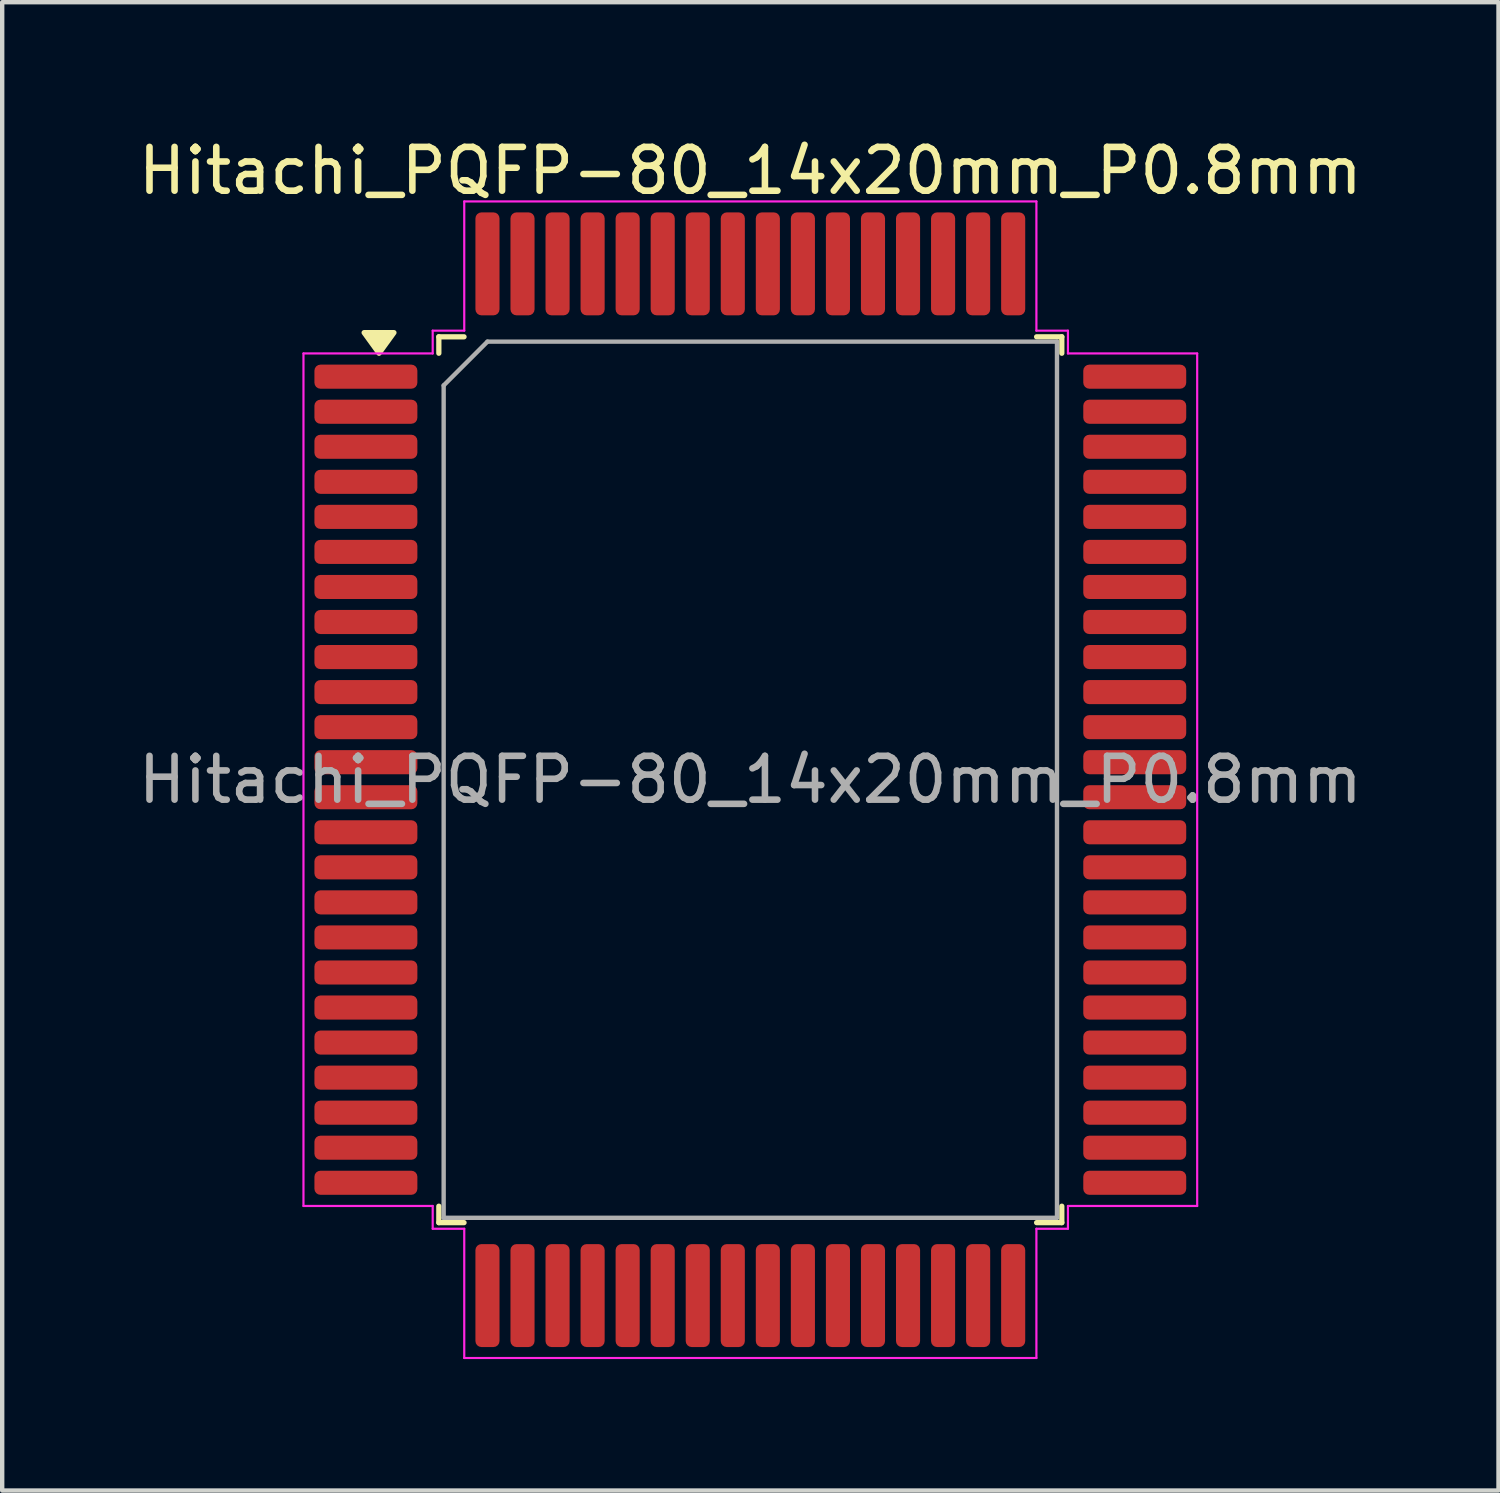
<source format=kicad_pcb>
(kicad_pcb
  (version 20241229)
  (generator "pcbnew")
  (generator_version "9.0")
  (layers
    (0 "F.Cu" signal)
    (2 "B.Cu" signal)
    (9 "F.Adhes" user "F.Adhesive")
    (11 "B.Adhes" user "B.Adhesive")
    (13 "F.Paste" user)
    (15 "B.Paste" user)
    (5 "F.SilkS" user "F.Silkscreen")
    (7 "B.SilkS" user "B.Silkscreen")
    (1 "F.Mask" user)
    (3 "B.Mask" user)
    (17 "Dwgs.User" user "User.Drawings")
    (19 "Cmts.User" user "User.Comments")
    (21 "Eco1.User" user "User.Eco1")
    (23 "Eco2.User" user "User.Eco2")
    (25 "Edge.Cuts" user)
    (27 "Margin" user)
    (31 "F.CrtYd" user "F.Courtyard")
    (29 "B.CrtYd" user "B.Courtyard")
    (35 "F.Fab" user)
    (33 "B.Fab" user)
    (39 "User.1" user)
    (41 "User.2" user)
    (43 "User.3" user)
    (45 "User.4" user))
  (footprint "Hitachi_PQFP-80_14x20mm_P0.8mm"
    (layer "F.Cu")
    (at 14.077 14.748)
    (property "Reference" "Hitachi_PQFP-80_14x20mm_P0.8mm" (at 0 -13.9 0) (layer "F.SilkS") (effects (font (size 1 1) (thickness 0.15))))
    (attr smd)
    (fp_line (start -7.11 -10.11) (end -7.11 -9.735) (stroke (width 0.12) (type solid)) (layer "F.SilkS"))
    (fp_line (start -7.11 10.11) (end -7.11 9.735) (stroke (width 0.12) (type solid)) (layer "F.SilkS"))
    (fp_line (start -6.535 -10.11) (end -7.11 -10.11) (stroke (width 0.12) (type solid)) (layer "F.SilkS"))
    (fp_line (start -6.535 10.11) (end -7.11 10.11) (stroke (width 0.12) (type solid)) (layer "F.SilkS"))
    (fp_line (start 6.535 -10.11) (end 7.11 -10.11) (stroke (width 0.12) (type solid)) (layer "F.SilkS"))
    (fp_line (start 6.535 10.11) (end 7.11 10.11) (stroke (width 0.12) (type solid)) (layer "F.SilkS"))
    (fp_line (start 7.11 -10.11) (end 7.11 -9.735) (stroke (width 0.12) (type solid)) (layer "F.SilkS"))
    (fp_line (start 7.11 10.11) (end 7.11 9.735) (stroke (width 0.12) (type solid)) (layer "F.SilkS"))
    (fp_poly (pts (xy -8.475 -9.735) (xy -8.815 -10.205) (xy -8.135 -10.205)) (stroke (width 0.12) (type solid)) (fill yes) (layer "F.SilkS"))
    (fp_line (start -10.2 -9.73) (end -7.25 -9.73) (stroke (width 0.05) (type solid)) (layer "F.CrtYd"))
    (fp_line (start -10.2 9.73) (end -10.2 -9.73) (stroke (width 0.05) (type solid)) (layer "F.CrtYd"))
    (fp_line (start -7.25 -10.25) (end -6.53 -10.25) (stroke (width 0.05) (type solid)) (layer "F.CrtYd"))
    (fp_line (start -7.25 -9.73) (end -7.25 -10.25) (stroke (width 0.05) (type solid)) (layer "F.CrtYd"))
    (fp_line (start -7.25 9.73) (end -10.2 9.73) (stroke (width 0.05) (type solid)) (layer "F.CrtYd"))
    (fp_line (start -7.25 10.25) (end -7.25 9.73) (stroke (width 0.05) (type solid)) (layer "F.CrtYd"))
    (fp_line (start -6.53 -13.2) (end 6.53 -13.2) (stroke (width 0.05) (type solid)) (layer "F.CrtYd"))
    (fp_line (start -6.53 -10.25) (end -6.53 -13.2) (stroke (width 0.05) (type solid)) (layer "F.CrtYd"))
    (fp_line (start -6.53 10.25) (end -7.25 10.25) (stroke (width 0.05) (type solid)) (layer "F.CrtYd"))
    (fp_line (start -6.53 13.2) (end -6.53 10.25) (stroke (width 0.05) (type solid)) (layer "F.CrtYd"))
    (fp_line (start 6.53 -13.2) (end 6.53 -10.25) (stroke (width 0.05) (type solid)) (layer "F.CrtYd"))
    (fp_line (start 6.53 -10.25) (end 7.25 -10.25) (stroke (width 0.05) (type solid)) (layer "F.CrtYd"))
    (fp_line (start 6.53 10.25) (end 6.53 13.2) (stroke (width 0.05) (type solid)) (layer "F.CrtYd"))
    (fp_line (start 6.53 13.2) (end -6.53 13.2) (stroke (width 0.05) (type solid)) (layer "F.CrtYd"))
    (fp_line (start 7.25 -10.25) (end 7.25 -9.73) (stroke (width 0.05) (type solid)) (layer "F.CrtYd"))
    (fp_line (start 7.25 -9.73) (end 10.2 -9.73) (stroke (width 0.05) (type solid)) (layer "F.CrtYd"))
    (fp_line (start 7.25 9.73) (end 7.25 10.25) (stroke (width 0.05) (type solid)) (layer "F.CrtYd"))
    (fp_line (start 7.25 10.25) (end 6.53 10.25) (stroke (width 0.05) (type solid)) (layer "F.CrtYd"))
    (fp_line (start 10.2 -9.73) (end 10.2 9.73) (stroke (width 0.05) (type solid)) (layer "F.CrtYd"))
    (fp_line (start 10.2 9.73) (end 7.25 9.73) (stroke (width 0.05) (type solid)) (layer "F.CrtYd"))
    (fp_line (start -7 -9) (end -6 -10) (stroke (width 0.1) (type solid)) (layer "F.Fab"))
    (fp_line (start -7 10) (end -7 -9) (stroke (width 0.1) (type solid)) (layer "F.Fab"))
    (fp_line (start -6 -10) (end 7 -10) (stroke (width 0.1) (type solid)) (layer "F.Fab"))
    (fp_line (start 7 -10) (end 7 10) (stroke (width 0.1) (type solid)) (layer "F.Fab"))
    (fp_line (start 7 10) (end -7 10) (stroke (width 0.1) (type solid)) (layer "F.Fab"))
    (fp_text user "${REFERENCE}" (at 0 0 0) (layer "F.Fab") (effects (font (size 1 1) (thickness 0.15))))
    (pad "1" smd roundrect (at -8.775 -9.2) (size 2.35 0.55) (layers "F.Cu" "F.Mask" "F.Paste") (roundrect_rratio 0.25))
    (pad "2" smd roundrect (at -8.775 -8.4) (size 2.35 0.55) (layers "F.Cu" "F.Mask" "F.Paste") (roundrect_rratio 0.25))
    (pad "3" smd roundrect (at -8.775 -7.6) (size 2.35 0.55) (layers "F.Cu" "F.Mask" "F.Paste") (roundrect_rratio 0.25))
    (pad "4" smd roundrect (at -8.775 -6.8) (size 2.35 0.55) (layers "F.Cu" "F.Mask" "F.Paste") (roundrect_rratio 0.25))
    (pad "5" smd roundrect (at -8.775 -6) (size 2.35 0.55) (layers "F.Cu" "F.Mask" "F.Paste") (roundrect_rratio 0.25))
    (pad "6" smd roundrect (at -8.775 -5.2) (size 2.35 0.55) (layers "F.Cu" "F.Mask" "F.Paste") (roundrect_rratio 0.25))
    (pad "7" smd roundrect (at -8.775 -4.4) (size 2.35 0.55) (layers "F.Cu" "F.Mask" "F.Paste") (roundrect_rratio 0.25))
    (pad "8" smd roundrect (at -8.775 -3.6) (size 2.35 0.55) (layers "F.Cu" "F.Mask" "F.Paste") (roundrect_rratio 0.25))
    (pad "9" smd roundrect (at -8.775 -2.8) (size 2.35 0.55) (layers "F.Cu" "F.Mask" "F.Paste") (roundrect_rratio 0.25))
    (pad "10" smd roundrect (at -8.775 -2) (size 2.35 0.55) (layers "F.Cu" "F.Mask" "F.Paste") (roundrect_rratio 0.25))
    (pad "11" smd roundrect (at -8.775 -1.2) (size 2.35 0.55) (layers "F.Cu" "F.Mask" "F.Paste") (roundrect_rratio 0.25))
    (pad "12" smd roundrect (at -8.775 -0.4) (size 2.35 0.55) (layers "F.Cu" "F.Mask" "F.Paste") (roundrect_rratio 0.25))
    (pad "13" smd roundrect (at -8.775 0.4) (size 2.35 0.55) (layers "F.Cu" "F.Mask" "F.Paste") (roundrect_rratio 0.25))
    (pad "14" smd roundrect (at -8.775 1.2) (size 2.35 0.55) (layers "F.Cu" "F.Mask" "F.Paste") (roundrect_rratio 0.25))
    (pad "15" smd roundrect (at -8.775 2) (size 2.35 0.55) (layers "F.Cu" "F.Mask" "F.Paste") (roundrect_rratio 0.25))
    (pad "16" smd roundrect (at -8.775 2.8) (size 2.35 0.55) (layers "F.Cu" "F.Mask" "F.Paste") (roundrect_rratio 0.25))
    (pad "17" smd roundrect (at -8.775 3.6) (size 2.35 0.55) (layers "F.Cu" "F.Mask" "F.Paste") (roundrect_rratio 0.25))
    (pad "18" smd roundrect (at -8.775 4.4) (size 2.35 0.55) (layers "F.Cu" "F.Mask" "F.Paste") (roundrect_rratio 0.25))
    (pad "19" smd roundrect (at -8.775 5.2) (size 2.35 0.55) (layers "F.Cu" "F.Mask" "F.Paste") (roundrect_rratio 0.25))
    (pad "20" smd roundrect (at -8.775 6) (size 2.35 0.55) (layers "F.Cu" "F.Mask" "F.Paste") (roundrect_rratio 0.25))
    (pad "21" smd roundrect (at -8.775 6.8) (size 2.35 0.55) (layers "F.Cu" "F.Mask" "F.Paste") (roundrect_rratio 0.25))
    (pad "22" smd roundrect (at -8.775 7.6) (size 2.35 0.55) (layers "F.Cu" "F.Mask" "F.Paste") (roundrect_rratio 0.25))
    (pad "23" smd roundrect (at -8.775 8.4) (size 2.35 0.55) (layers "F.Cu" "F.Mask" "F.Paste") (roundrect_rratio 0.25))
    (pad "24" smd roundrect (at -8.775 9.2) (size 2.35 0.55) (layers "F.Cu" "F.Mask" "F.Paste") (roundrect_rratio 0.25))
    (pad "25" smd roundrect (at -6 11.775) (size 0.55 2.35) (layers "F.Cu" "F.Mask" "F.Paste") (roundrect_rratio 0.25))
    (pad "26" smd roundrect (at -5.2 11.775) (size 0.55 2.35) (layers "F.Cu" "F.Mask" "F.Paste") (roundrect_rratio 0.25))
    (pad "27" smd roundrect (at -4.4 11.775) (size 0.55 2.35) (layers "F.Cu" "F.Mask" "F.Paste") (roundrect_rratio 0.25))
    (pad "28" smd roundrect (at -3.6 11.775) (size 0.55 2.35) (layers "F.Cu" "F.Mask" "F.Paste") (roundrect_rratio 0.25))
    (pad "29" smd roundrect (at -2.8 11.775) (size 0.55 2.35) (layers "F.Cu" "F.Mask" "F.Paste") (roundrect_rratio 0.25))
    (pad "30" smd roundrect (at -2 11.775) (size 0.55 2.35) (layers "F.Cu" "F.Mask" "F.Paste") (roundrect_rratio 0.25))
    (pad "31" smd roundrect (at -1.2 11.775) (size 0.55 2.35) (layers "F.Cu" "F.Mask" "F.Paste") (roundrect_rratio 0.25))
    (pad "32" smd roundrect (at -0.4 11.775) (size 0.55 2.35) (layers "F.Cu" "F.Mask" "F.Paste") (roundrect_rratio 0.25))
    (pad "33" smd roundrect (at 0.4 11.775) (size 0.55 2.35) (layers "F.Cu" "F.Mask" "F.Paste") (roundrect_rratio 0.25))
    (pad "34" smd roundrect (at 1.2 11.775) (size 0.55 2.35) (layers "F.Cu" "F.Mask" "F.Paste") (roundrect_rratio 0.25))
    (pad "35" smd roundrect (at 2 11.775) (size 0.55 2.35) (layers "F.Cu" "F.Mask" "F.Paste") (roundrect_rratio 0.25))
    (pad "36" smd roundrect (at 2.8 11.775) (size 0.55 2.35) (layers "F.Cu" "F.Mask" "F.Paste") (roundrect_rratio 0.25))
    (pad "37" smd roundrect (at 3.6 11.775) (size 0.55 2.35) (layers "F.Cu" "F.Mask" "F.Paste") (roundrect_rratio 0.25))
    (pad "38" smd roundrect (at 4.4 11.775) (size 0.55 2.35) (layers "F.Cu" "F.Mask" "F.Paste") (roundrect_rratio 0.25))
    (pad "39" smd roundrect (at 5.2 11.775) (size 0.55 2.35) (layers "F.Cu" "F.Mask" "F.Paste") (roundrect_rratio 0.25))
    (pad "40" smd roundrect (at 6 11.775) (size 0.55 2.35) (layers "F.Cu" "F.Mask" "F.Paste") (roundrect_rratio 0.25))
    (pad "41" smd roundrect (at 8.775 9.2) (size 2.35 0.55) (layers "F.Cu" "F.Mask" "F.Paste") (roundrect_rratio 0.25))
    (pad "42" smd roundrect (at 8.775 8.4) (size 2.35 0.55) (layers "F.Cu" "F.Mask" "F.Paste") (roundrect_rratio 0.25))
    (pad "43" smd roundrect (at 8.775 7.6) (size 2.35 0.55) (layers "F.Cu" "F.Mask" "F.Paste") (roundrect_rratio 0.25))
    (pad "44" smd roundrect (at 8.775 6.8) (size 2.35 0.55) (layers "F.Cu" "F.Mask" "F.Paste") (roundrect_rratio 0.25))
    (pad "45" smd roundrect (at 8.775 6) (size 2.35 0.55) (layers "F.Cu" "F.Mask" "F.Paste") (roundrect_rratio 0.25))
    (pad "46" smd roundrect (at 8.775 5.2) (size 2.35 0.55) (layers "F.Cu" "F.Mask" "F.Paste") (roundrect_rratio 0.25))
    (pad "47" smd roundrect (at 8.775 4.4) (size 2.35 0.55) (layers "F.Cu" "F.Mask" "F.Paste") (roundrect_rratio 0.25))
    (pad "48" smd roundrect (at 8.775 3.6) (size 2.35 0.55) (layers "F.Cu" "F.Mask" "F.Paste") (roundrect_rratio 0.25))
    (pad "49" smd roundrect (at 8.775 2.8) (size 2.35 0.55) (layers "F.Cu" "F.Mask" "F.Paste") (roundrect_rratio 0.25))
    (pad "50" smd roundrect (at 8.775 2) (size 2.35 0.55) (layers "F.Cu" "F.Mask" "F.Paste") (roundrect_rratio 0.25))
    (pad "51" smd roundrect (at 8.775 1.2) (size 2.35 0.55) (layers "F.Cu" "F.Mask" "F.Paste") (roundrect_rratio 0.25))
    (pad "52" smd roundrect (at 8.775 0.4) (size 2.35 0.55) (layers "F.Cu" "F.Mask" "F.Paste") (roundrect_rratio 0.25))
    (pad "53" smd roundrect (at 8.775 -0.4) (size 2.35 0.55) (layers "F.Cu" "F.Mask" "F.Paste") (roundrect_rratio 0.25))
    (pad "54" smd roundrect (at 8.775 -1.2) (size 2.35 0.55) (layers "F.Cu" "F.Mask" "F.Paste") (roundrect_rratio 0.25))
    (pad "55" smd roundrect (at 8.775 -2) (size 2.35 0.55) (layers "F.Cu" "F.Mask" "F.Paste") (roundrect_rratio 0.25))
    (pad "56" smd roundrect (at 8.775 -2.8) (size 2.35 0.55) (layers "F.Cu" "F.Mask" "F.Paste") (roundrect_rratio 0.25))
    (pad "57" smd roundrect (at 8.775 -3.6) (size 2.35 0.55) (layers "F.Cu" "F.Mask" "F.Paste") (roundrect_rratio 0.25))
    (pad "58" smd roundrect (at 8.775 -4.4) (size 2.35 0.55) (layers "F.Cu" "F.Mask" "F.Paste") (roundrect_rratio 0.25))
    (pad "59" smd roundrect (at 8.775 -5.2) (size 2.35 0.55) (layers "F.Cu" "F.Mask" "F.Paste") (roundrect_rratio 0.25))
    (pad "60" smd roundrect (at 8.775 -6) (size 2.35 0.55) (layers "F.Cu" "F.Mask" "F.Paste") (roundrect_rratio 0.25))
    (pad "61" smd roundrect (at 8.775 -6.8) (size 2.35 0.55) (layers "F.Cu" "F.Mask" "F.Paste") (roundrect_rratio 0.25))
    (pad "62" smd roundrect (at 8.775 -7.6) (size 2.35 0.55) (layers "F.Cu" "F.Mask" "F.Paste") (roundrect_rratio 0.25))
    (pad "63" smd roundrect (at 8.775 -8.4) (size 2.35 0.55) (layers "F.Cu" "F.Mask" "F.Paste") (roundrect_rratio 0.25))
    (pad "64" smd roundrect (at 8.775 -9.2) (size 2.35 0.55) (layers "F.Cu" "F.Mask" "F.Paste") (roundrect_rratio 0.25))
    (pad "65" smd roundrect (at 6 -11.775) (size 0.55 2.35) (layers "F.Cu" "F.Mask" "F.Paste") (roundrect_rratio 0.25))
    (pad "66" smd roundrect (at 5.2 -11.775) (size 0.55 2.35) (layers "F.Cu" "F.Mask" "F.Paste") (roundrect_rratio 0.25))
    (pad "67" smd roundrect (at 4.4 -11.775) (size 0.55 2.35) (layers "F.Cu" "F.Mask" "F.Paste") (roundrect_rratio 0.25))
    (pad "68" smd roundrect (at 3.6 -11.775) (size 0.55 2.35) (layers "F.Cu" "F.Mask" "F.Paste") (roundrect_rratio 0.25))
    (pad "69" smd roundrect (at 2.8 -11.775) (size 0.55 2.35) (layers "F.Cu" "F.Mask" "F.Paste") (roundrect_rratio 0.25))
    (pad "70" smd roundrect (at 2 -11.775) (size 0.55 2.35) (layers "F.Cu" "F.Mask" "F.Paste") (roundrect_rratio 0.25))
    (pad "71" smd roundrect (at 1.2 -11.775) (size 0.55 2.35) (layers "F.Cu" "F.Mask" "F.Paste") (roundrect_rratio 0.25))
    (pad "72" smd roundrect (at 0.4 -11.775) (size 0.55 2.35) (layers "F.Cu" "F.Mask" "F.Paste") (roundrect_rratio 0.25))
    (pad "73" smd roundrect (at -0.4 -11.775) (size 0.55 2.35) (layers "F.Cu" "F.Mask" "F.Paste") (roundrect_rratio 0.25))
    (pad "74" smd roundrect (at -1.2 -11.775) (size 0.55 2.35) (layers "F.Cu" "F.Mask" "F.Paste") (roundrect_rratio 0.25))
    (pad "75" smd roundrect (at -2 -11.775) (size 0.55 2.35) (layers "F.Cu" "F.Mask" "F.Paste") (roundrect_rratio 0.25))
    (pad "76" smd roundrect (at -2.8 -11.775) (size 0.55 2.35) (layers "F.Cu" "F.Mask" "F.Paste") (roundrect_rratio 0.25))
    (pad "77" smd roundrect (at -3.6 -11.775) (size 0.55 2.35) (layers "F.Cu" "F.Mask" "F.Paste") (roundrect_rratio 0.25))
    (pad "78" smd roundrect (at -4.4 -11.775) (size 0.55 2.35) (layers "F.Cu" "F.Mask" "F.Paste") (roundrect_rratio 0.25))
    (pad "79" smd roundrect (at -5.2 -11.775) (size 0.55 2.35) (layers "F.Cu" "F.Mask" "F.Paste") (roundrect_rratio 0.25))
    (pad "80" smd roundrect (at -6 -11.775) (size 0.55 2.35) (layers "F.Cu" "F.Mask" "F.Paste") (roundrect_rratio 0.25)))
  (gr_rect
    (start -3 -3)
    (end 31.155 30.973)
    (stroke (width 0.1) (type default))
    (fill no)
    (layer "Edge.Cuts")))
</source>
